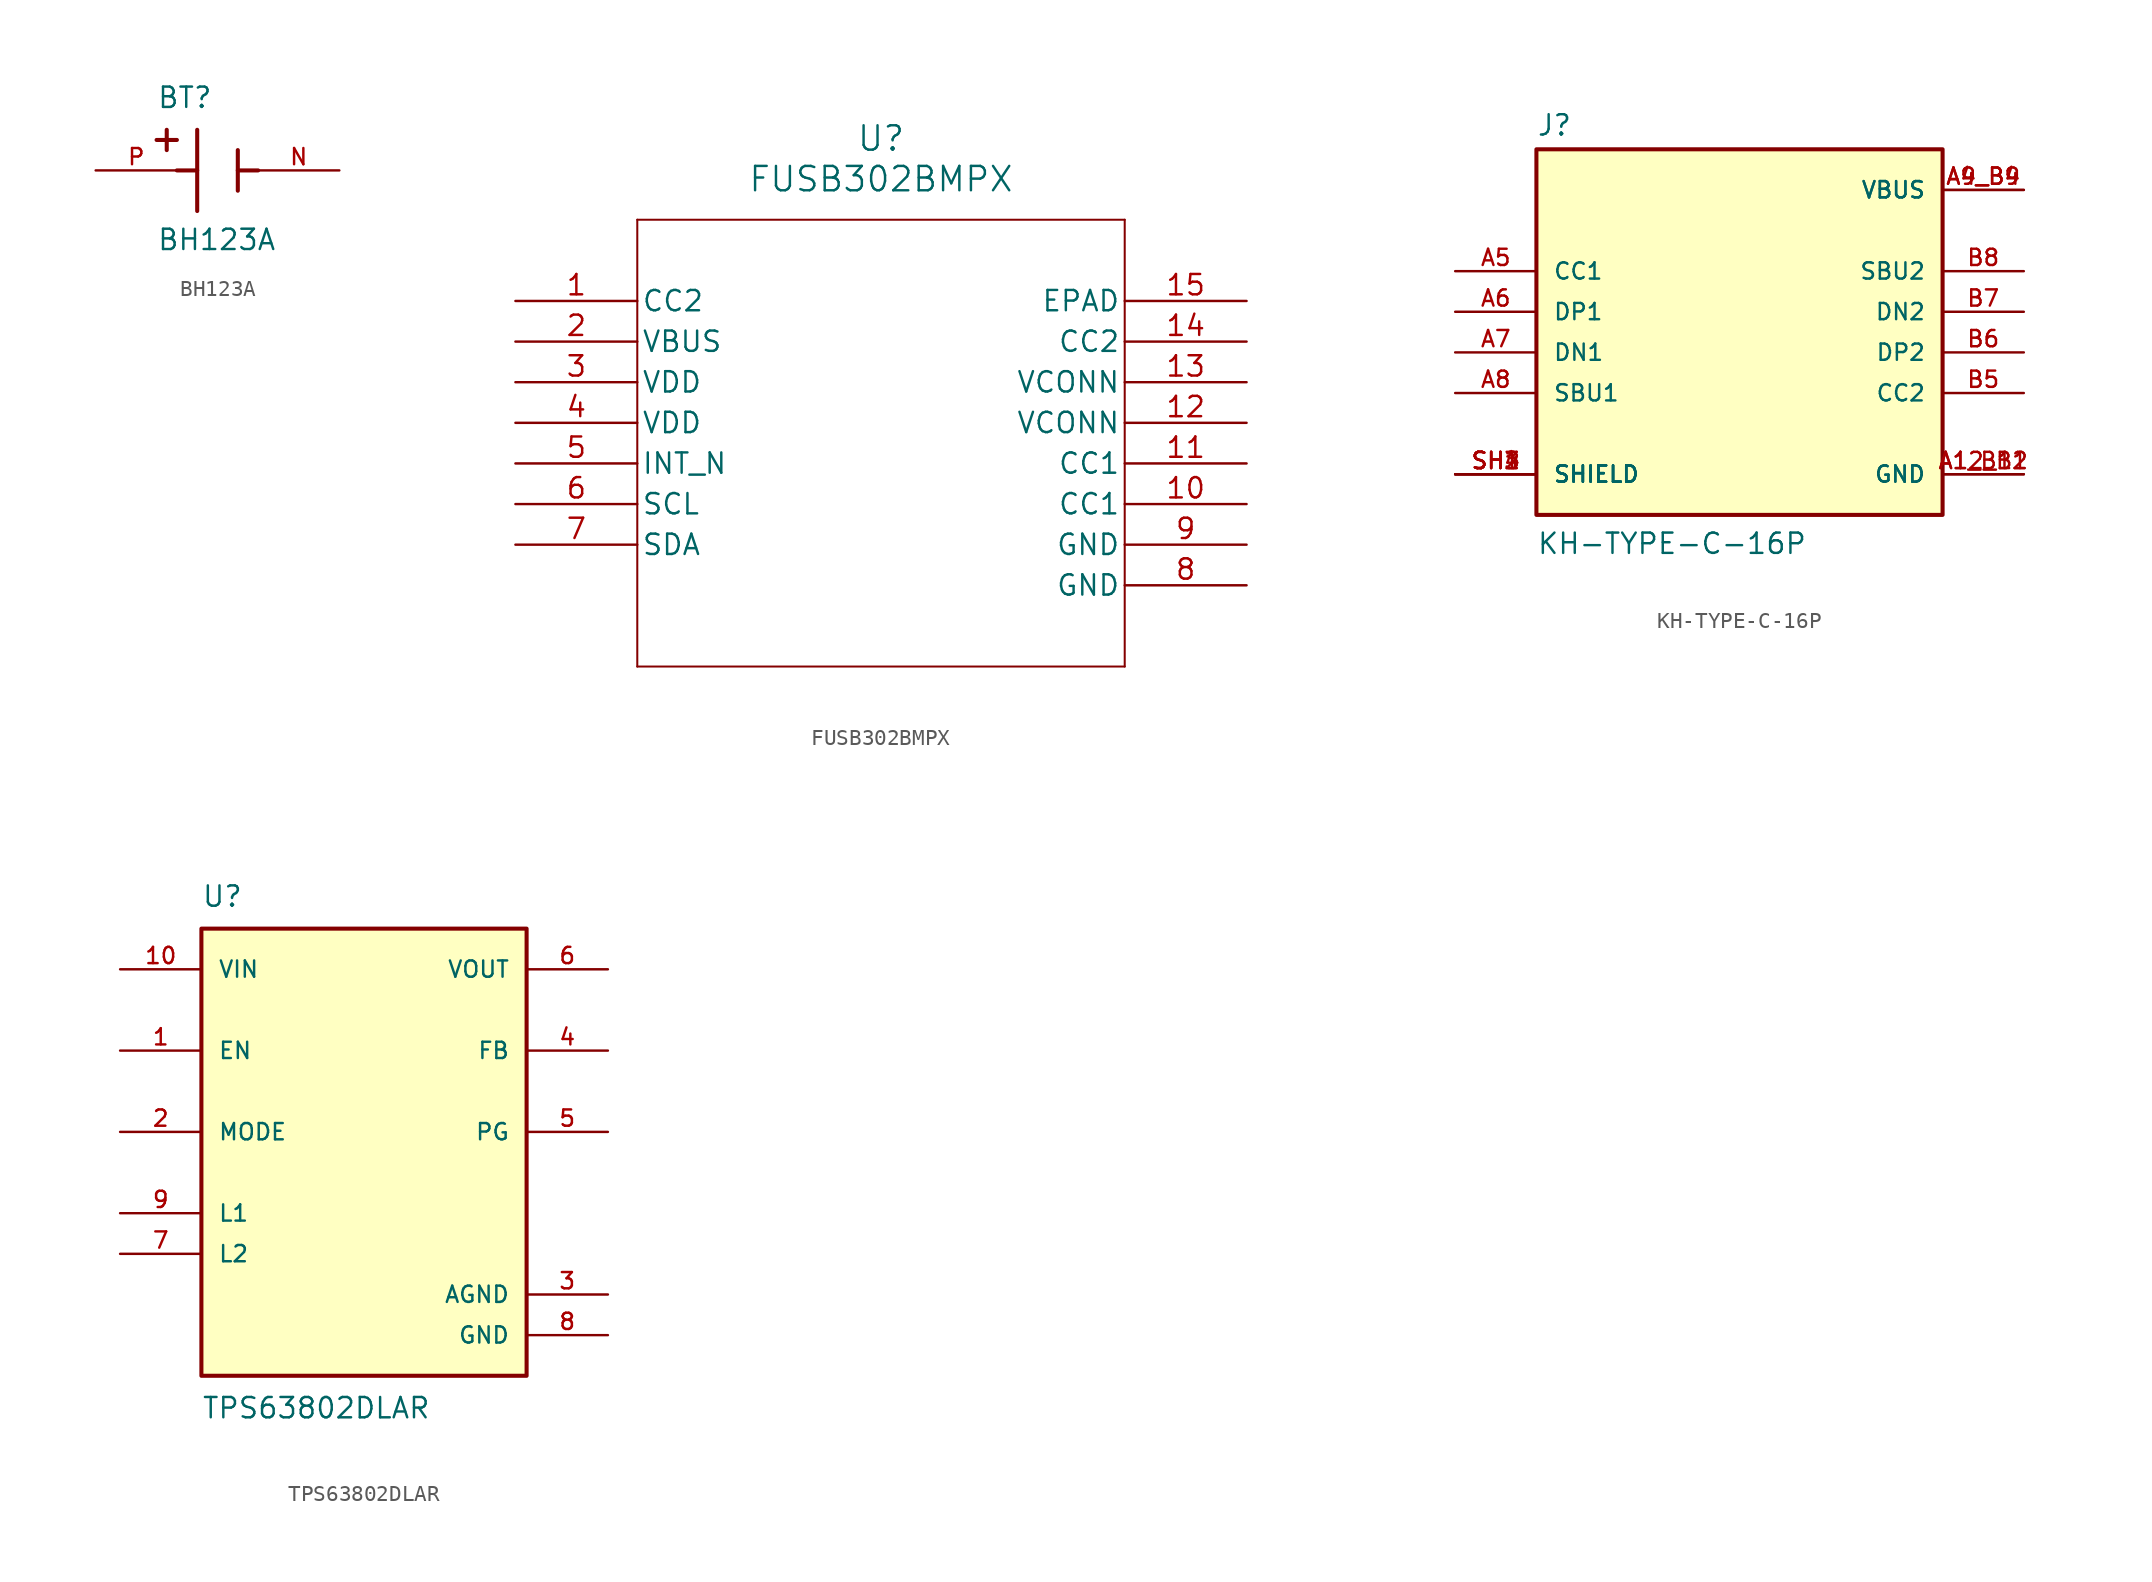
<source format=kicad_sym>
(kicad_symbol_lib
  (version 20241209)
  (generator "kicad_symbol_editor")
  (generator_version "9.0")
  (symbol "BH123A"
    (pin_names
      (offset 1.016))
    (property "Reference" "BT"
      (at -3.81 3.81 0)
      (effects (font (size 1.27 1.27)) (justify left bottom)))
    (property "Value" "BH123A"
      (at -3.81 -5.08 0)
      (effects (font (size 1.27 1.27)) (justify left bottom)))
    (symbol "BH123A_0_0"
      (polyline (pts (xy -3.81 1.905) (xy -2.54 1.905)) (stroke (width 0.254) (type default)) (fill (type none)))
      (polyline (pts (xy -3.175 2.54) (xy -3.175 1.27)) (stroke (width 0.254) (type default)) (fill (type none)))
      (polyline (pts (xy -1.27 2.54) (xy -1.27 -2.54)) (stroke (width 0.254) (type default)) (fill (type none)))
      (polyline (pts (xy -1.27 0) (xy -2.54 0)) (stroke (width 0.254) (type default)) (fill (type none)))
      (polyline (pts (xy 1.27 1.27) (xy 1.27 -1.27)) (stroke (width 0.254) (type default)) (fill (type none)))
      (polyline (pts (xy 1.27 0) (xy 2.54 0)) (stroke (width 0.254) (type default)) (fill (type none)))
      (pin passive line (at -7.62 0 0) (length 5.08) (name "~" (effects (font (size 1.016 1.016)))) (number "P" (effects (font (size 1.016 1.016)))))
      (pin passive line (at 7.62 0 180) (length 5.08) (name "~" (effects (font (size 1.016 1.016)))) (number "N" (effects (font (size 1.016 1.016)))))))
  (symbol "FUSB302BMPX"
    (pin_names
      (offset 0.254))
    (property "Reference" "U"
      (at 22.86 10.16 0)
      (effects (font (size 1.524 1.524))))
    (property "Value" "FUSB302BMPX"
      (at 22.86 7.62 0)
      (effects (font (size 1.524 1.524))))
    (property "ki_locked" ""
      (at 0 0 0)
      (effects (font (size 1.27 1.27))))
    (symbol "FUSB302BMPX_0_1"
      (polyline (pts (xy 7.62 5.08) (xy 7.62 -22.86)) (stroke (width 0.127) (type default)) (fill (type none)))
      (polyline (pts (xy 7.62 -22.86) (xy 38.1 -22.86)) (stroke (width 0.127) (type default)) (fill (type none)))
      (polyline (pts (xy 38.1 5.08) (xy 7.62 5.08)) (stroke (width 0.127) (type default)) (fill (type none)))
      (polyline (pts (xy 38.1 -22.86) (xy 38.1 5.08)) (stroke (width 0.127) (type default)) (fill (type none)))
      (pin bidirectional line (at 0 0 0) (length 7.62) (name "CC2" (effects (font (size 1.27 1.27)))) (number "1" (effects (font (size 1.27 1.27)))))
      (pin input line (at 0 -2.54 0) (length 7.62) (name "VBUS" (effects (font (size 1.27 1.27)))) (number "2" (effects (font (size 1.27 1.27)))))
      (pin power_in line (at 0 -5.08 0) (length 7.62) (name "VDD" (effects (font (size 1.27 1.27)))) (number "3" (effects (font (size 1.27 1.27)))))
      (pin power_in line (at 0 -7.62 0) (length 7.62) (name "VDD" (effects (font (size 1.27 1.27)))) (number "4" (effects (font (size 1.27 1.27)))))
      (pin output line (at 0 -10.16 0) (length 7.62) (name "INT_N" (effects (font (size 1.27 1.27)))) (number "5" (effects (font (size 1.27 1.27)))))
      (pin input line (at 0 -12.7 0) (length 7.62) (name "SCL" (effects (font (size 1.27 1.27)))) (number "6" (effects (font (size 1.27 1.27)))))
      (pin bidirectional line (at 0 -15.24 0) (length 7.62) (name "SDA" (effects (font (size 1.27 1.27)))) (number "7" (effects (font (size 1.27 1.27)))))
      (pin unspecified line (at 45.72 0 180) (length 7.62) (name "EPAD" (effects (font (size 1.27 1.27)))) (number "15" (effects (font (size 1.27 1.27)))))
      (pin bidirectional line (at 45.72 -2.54 180) (length 7.62) (name "CC2" (effects (font (size 1.27 1.27)))) (number "14" (effects (font (size 1.27 1.27)))))
      (pin power_in line (at 45.72 -5.08 180) (length 7.62) (name "VCONN" (effects (font (size 1.27 1.27)))) (number "13" (effects (font (size 1.27 1.27)))))
      (pin power_in line (at 45.72 -7.62 180) (length 7.62) (name "VCONN" (effects (font (size 1.27 1.27)))) (number "12" (effects (font (size 1.27 1.27)))))
      (pin bidirectional line (at 45.72 -10.16 180) (length 7.62) (name "CC1" (effects (font (size 1.27 1.27)))) (number "11" (effects (font (size 1.27 1.27)))))
      (pin bidirectional line (at 45.72 -12.7 180) (length 7.62) (name "CC1" (effects (font (size 1.27 1.27)))) (number "10" (effects (font (size 1.27 1.27)))))
      (pin power_in line (at 45.72 -15.24 180) (length 7.62) (name "GND" (effects (font (size 1.27 1.27)))) (number "9" (effects (font (size 1.27 1.27)))))
      (pin power_in line (at 45.72 -17.78 180) (length 7.62) (name "GND" (effects (font (size 1.27 1.27)))) (number "8" (effects (font (size 1.27 1.27)))))))
  (symbol "KH-TYPE-C-16P"
    (pin_names
      (offset 1.016))
    (property "Reference" "J"
      (at -12.7 10.922 0)
      (effects (font (size 1.27 1.27)) (justify left bottom)))
    (property "Value" "KH-TYPE-C-16P"
      (at -12.7 -15.24 0)
      (effects (font (size 1.27 1.27)) (justify left bottom)))
    (symbol "KH-TYPE-C-16P_0_0"
      (rectangle (start -12.7 -12.7) (end 12.7 10.16) (stroke (width 0.254) (type default)) (fill (type background)))
      (pin bidirectional line (at -17.78 2.54 0) (length 5.08) (name "CC1" (effects (font (size 1.016 1.016)))) (number "A5" (effects (font (size 1.016 1.016)))))
      (pin bidirectional line (at -17.78 0 0) (length 5.08) (name "DP1" (effects (font (size 1.016 1.016)))) (number "A6" (effects (font (size 1.016 1.016)))))
      (pin bidirectional line (at -17.78 -2.54 0) (length 5.08) (name "DN1" (effects (font (size 1.016 1.016)))) (number "A7" (effects (font (size 1.016 1.016)))))
      (pin bidirectional line (at -17.78 -5.08 0) (length 5.08) (name "SBU1" (effects (font (size 1.016 1.016)))) (number "A8" (effects (font (size 1.016 1.016)))))
      (pin passive line (at -17.78 -10.16 0) (length 5.08) (name "SHIELD" (effects (font (size 1.016 1.016)))) (number "SH1" (effects (font (size 1.016 1.016)))))
      (pin passive line (at -17.78 -10.16 0) (length 5.08) (name "SHIELD" (effects (font (size 1.016 1.016)))) (number "SH2" (effects (font (size 1.016 1.016)))))
      (pin passive line (at -17.78 -10.16 0) (length 5.08) (name "SHIELD" (effects (font (size 1.016 1.016)))) (number "SH3" (effects (font (size 1.016 1.016)))))
      (pin passive line (at -17.78 -10.16 0) (length 5.08) (name "SHIELD" (effects (font (size 1.016 1.016)))) (number "SH4" (effects (font (size 1.016 1.016)))))
      (pin power_in line (at 17.78 7.62 180) (length 5.08) (name "VBUS" (effects (font (size 1.016 1.016)))) (number "A4_B9" (effects (font (size 1.016 1.016)))))
      (pin power_in line (at 17.78 7.62 180) (length 5.08) (name "VBUS" (effects (font (size 1.016 1.016)))) (number "A9_B4" (effects (font (size 1.016 1.016)))))
      (pin bidirectional line (at 17.78 2.54 180) (length 5.08) (name "SBU2" (effects (font (size 1.016 1.016)))) (number "B8" (effects (font (size 1.016 1.016)))))
      (pin bidirectional line (at 17.78 0 180) (length 5.08) (name "DN2" (effects (font (size 1.016 1.016)))) (number "B7" (effects (font (size 1.016 1.016)))))
      (pin bidirectional line (at 17.78 -2.54 180) (length 5.08) (name "DP2" (effects (font (size 1.016 1.016)))) (number "B6" (effects (font (size 1.016 1.016)))))
      (pin bidirectional line (at 17.78 -5.08 180) (length 5.08) (name "CC2" (effects (font (size 1.016 1.016)))) (number "B5" (effects (font (size 1.016 1.016)))))
      (pin power_in line (at 17.78 -10.16 180) (length 5.08) (name "GND" (effects (font (size 1.016 1.016)))) (number "A12_B1" (effects (font (size 1.016 1.016)))))
      (pin power_in line (at 17.78 -10.16 180) (length 5.08) (name "GND" (effects (font (size 1.016 1.016)))) (number "A1_B12" (effects (font (size 1.016 1.016)))))))
  (symbol "TPS63802DLAR"
    (pin_names
      (offset 1.016))
    (property "Reference" "U"
      (at -10.16 13.97 0)
      (effects (font (size 1.27 1.27)) (justify left bottom)))
    (property "Value" "TPS63802DLAR"
      (at -10.16 -16.51 0)
      (effects (font (size 1.27 1.27)) (justify left top)))
    (symbol "TPS63802DLAR_0_0"
      (rectangle (start -10.16 -15.24) (end 10.16 12.7) (stroke (width 0.254) (type default)) (fill (type background)))
      (pin input line (at -15.24 10.16 0) (length 5.08) (name "VIN" (effects (font (size 1.016 1.016)))) (number "10" (effects (font (size 1.016 1.016)))))
      (pin input line (at -15.24 5.08 0) (length 5.08) (name "EN" (effects (font (size 1.016 1.016)))) (number "1" (effects (font (size 1.016 1.016)))))
      (pin input line (at -15.24 0 0) (length 5.08) (name "MODE" (effects (font (size 1.016 1.016)))) (number "2" (effects (font (size 1.016 1.016)))))
      (pin passive line (at -15.24 -5.08 0) (length 5.08) (name "L1" (effects (font (size 1.016 1.016)))) (number "9" (effects (font (size 1.016 1.016)))))
      (pin passive line (at -15.24 -7.62 0) (length 5.08) (name "L2" (effects (font (size 1.016 1.016)))) (number "7" (effects (font (size 1.016 1.016)))))
      (pin output line (at 15.24 10.16 180) (length 5.08) (name "VOUT" (effects (font (size 1.016 1.016)))) (number "6" (effects (font (size 1.016 1.016)))))
      (pin input line (at 15.24 5.08 180) (length 5.08) (name "FB" (effects (font (size 1.016 1.016)))) (number "4" (effects (font (size 1.016 1.016)))))
      (pin output line (at 15.24 0 180) (length 5.08) (name "PG" (effects (font (size 1.016 1.016)))) (number "5" (effects (font (size 1.016 1.016)))))
      (pin power_in line (at 15.24 -10.16 180) (length 5.08) (name "AGND" (effects (font (size 1.016 1.016)))) (number "3" (effects (font (size 1.016 1.016)))))
      (pin power_in line (at 15.24 -12.7 180) (length 5.08) (name "GND" (effects (font (size 1.016 1.016)))) (number "8" (effects (font (size 1.016 1.016))))))))
</source>
